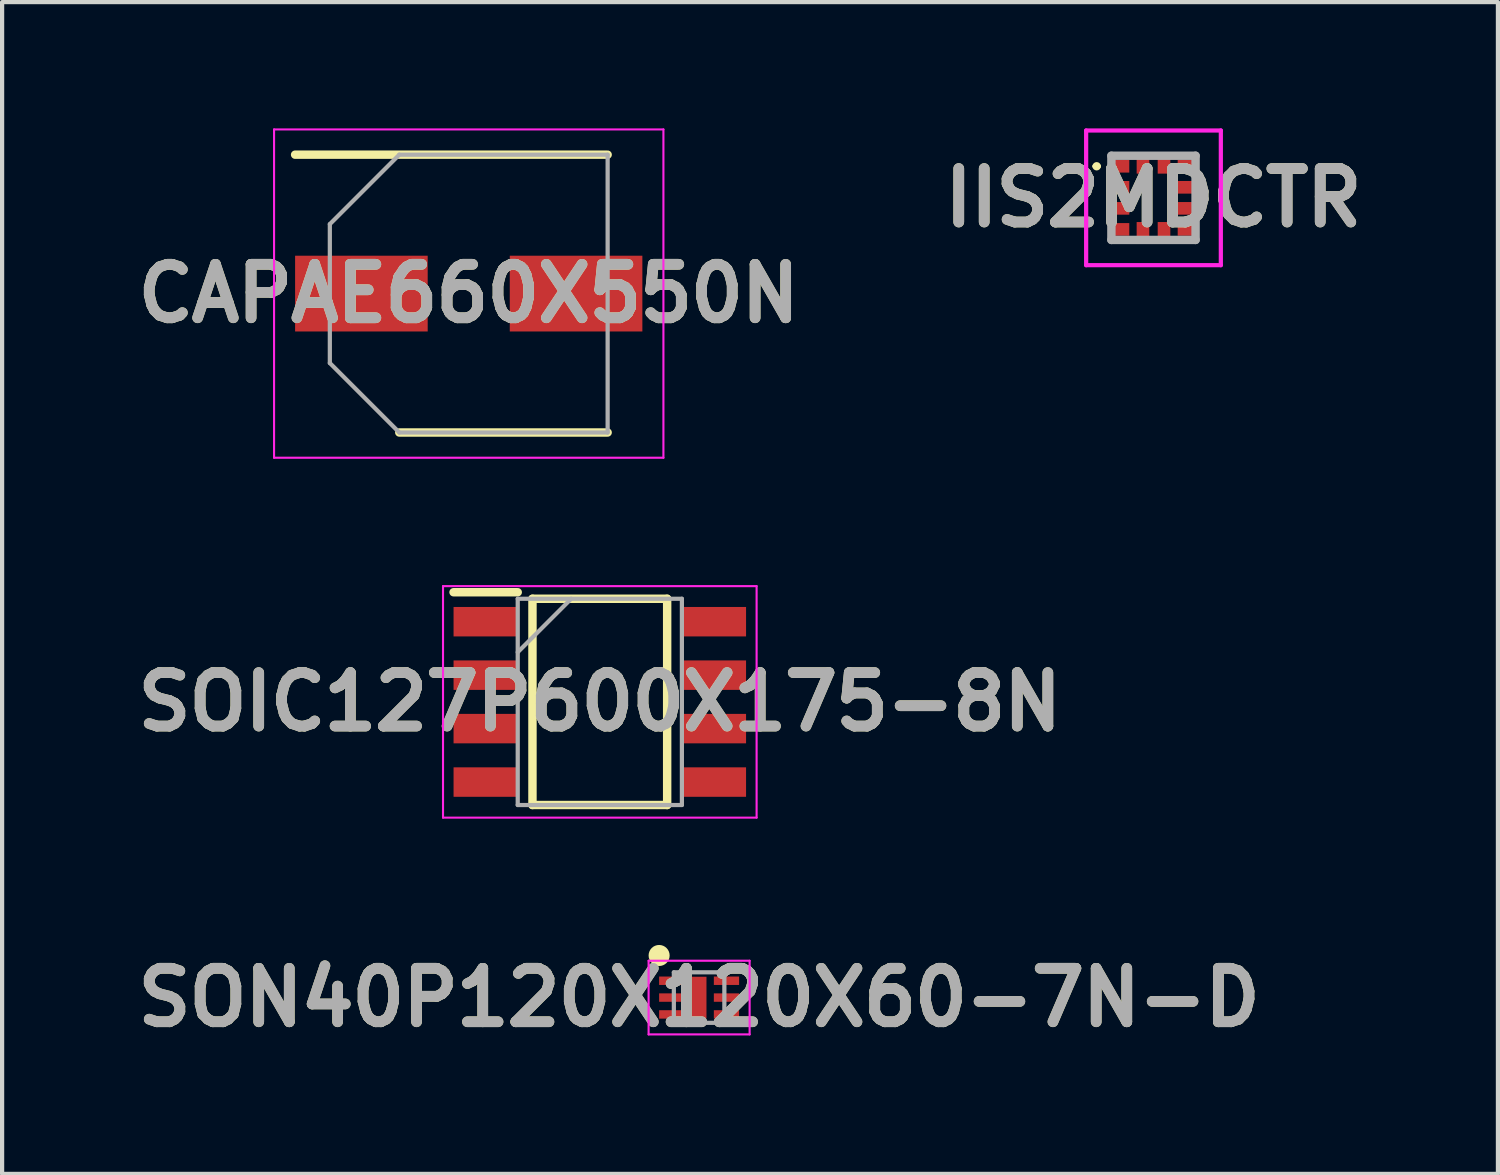
<source format=kicad_pcb>
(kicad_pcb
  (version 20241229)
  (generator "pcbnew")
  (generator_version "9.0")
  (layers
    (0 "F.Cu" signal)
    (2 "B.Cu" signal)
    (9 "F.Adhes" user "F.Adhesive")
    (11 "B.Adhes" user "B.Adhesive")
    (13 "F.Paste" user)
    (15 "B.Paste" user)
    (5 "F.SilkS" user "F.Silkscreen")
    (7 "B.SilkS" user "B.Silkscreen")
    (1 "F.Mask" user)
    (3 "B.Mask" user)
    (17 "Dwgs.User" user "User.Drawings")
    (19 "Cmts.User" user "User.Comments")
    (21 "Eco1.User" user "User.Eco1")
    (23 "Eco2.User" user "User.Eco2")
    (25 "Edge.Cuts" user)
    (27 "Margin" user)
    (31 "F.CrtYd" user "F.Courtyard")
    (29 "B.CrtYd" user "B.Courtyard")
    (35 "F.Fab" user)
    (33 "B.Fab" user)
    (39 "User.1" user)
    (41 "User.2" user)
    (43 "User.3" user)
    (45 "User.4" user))
  (footprint "SON40P120X120X60-7N-D"
    (layer "F.Cu")
    (at 13.559 20.65)
    (property "Reference" "SON40P120X120X60-7N-D" (at 0 0 0) (layer "F.SilkS") (effects (font (size 1.27 1.27) (thickness 0.254))))
    (attr smd)
    (fp_circle (center -0.95 -1) (end -0.95 -0.875) (stroke (width 0.25) (type solid)) (fill no) (layer "F.SilkS"))
    (fp_line (start -1.2 -0.875) (end 1.2 -0.875) (stroke (width 0.05) (type solid)) (layer "F.CrtYd"))
    (fp_line (start -1.2 0.875) (end -1.2 -0.875) (stroke (width 0.05) (type solid)) (layer "F.CrtYd"))
    (fp_line (start 1.2 -0.875) (end 1.2 0.875) (stroke (width 0.05) (type solid)) (layer "F.CrtYd"))
    (fp_line (start 1.2 0.875) (end -1.2 0.875) (stroke (width 0.05) (type solid)) (layer "F.CrtYd"))
    (fp_line (start -0.6 -0.6) (end 0.6 -0.6) (stroke (width 0.1) (type solid)) (layer "F.Fab"))
    (fp_line (start -0.6 -0.3) (end -0.3 -0.6) (stroke (width 0.1) (type solid)) (layer "F.Fab"))
    (fp_line (start -0.6 0.6) (end -0.6 -0.6) (stroke (width 0.1) (type solid)) (layer "F.Fab"))
    (fp_line (start 0.6 -0.6) (end 0.6 0.6) (stroke (width 0.1) (type solid)) (layer "F.Fab"))
    (fp_line (start 0.6 0.6) (end -0.6 0.6) (stroke (width 0.1) (type solid)) (layer "F.Fab"))
    (fp_text user "${REFERENCE}" (at 0 0 0) (layer "F.Fab") (effects (font (size 1.27 1.27) (thickness 0.254))))
    (pad "1" smd rect (at -0.65 -0.4 90) (size 0.2 0.6) (layers "F.Cu" "F.Mask" "F.Paste"))
    (pad "2" smd rect (at -0.65 0 90) (size 0.2 0.6) (layers "F.Cu" "F.Mask" "F.Paste"))
    (pad "3" smd rect (at -0.65 0.4 90) (size 0.2 0.6) (layers "F.Cu" "F.Mask" "F.Paste"))
    (pad "4" smd rect (at 0.65 0.4 90) (size 0.2 0.6) (layers "F.Cu" "F.Mask" "F.Paste"))
    (pad "5" smd rect (at 0.65 0 90) (size 0.2 0.6) (layers "F.Cu" "F.Mask" "F.Paste"))
    (pad "6" smd rect (at 0.65 -0.4 90) (size 0.2 0.6) (layers "F.Cu" "F.Mask" "F.Paste"))
    (pad "7" smd rect (at 0 0) (size 0.35 0.99) (layers "F.Cu" "F.Mask" "F.Paste")))
  (footprint "IIS2MDCTR"
    (layer "F.Cu")
    (at 24.354 1.65)
    (property "Reference" "IIS2MDCTR" (at 0 0 0) (layer "F.SilkS") (effects (font (size 1.27 1.27) (thickness 0.254))))
    (attr smd)
    (fp_line (start -1.4 -0.75) (end -1.4 -0.75) (stroke (width 0.1) (type solid)) (layer "F.SilkS"))
    (fp_line (start -1.3 -0.75) (end -1.3 -0.75) (stroke (width 0.1) (type solid)) (layer "F.SilkS"))
    (fp_arc (start -1.4 -0.75) (mid -1.35 -0.8) (end -1.3 -0.75) (stroke (width 0.1) (type solid)) (layer "F.SilkS"))
    (fp_arc (start -1.3 -0.75) (mid -1.35 -0.7) (end -1.4 -0.75) (stroke (width 0.1) (type solid)) (layer "F.SilkS"))
    (fp_line (start -1.6 -1.6) (end 1.6 -1.6) (stroke (width 0.1) (type solid)) (layer "F.CrtYd"))
    (fp_line (start -1.6 1.6) (end -1.6 -1.6) (stroke (width 0.1) (type solid)) (layer "F.CrtYd"))
    (fp_line (start 1.6 -1.6) (end 1.6 1.6) (stroke (width 0.1) (type solid)) (layer "F.CrtYd"))
    (fp_line (start 1.6 1.6) (end -1.6 1.6) (stroke (width 0.1) (type solid)) (layer "F.CrtYd"))
    (fp_line (start -1 -1) (end 1 -1) (stroke (width 0.2) (type solid)) (layer "F.Fab"))
    (fp_line (start -1 1) (end -1 -1) (stroke (width 0.2) (type solid)) (layer "F.Fab"))
    (fp_line (start 1 -1) (end 1 1) (stroke (width 0.2) (type solid)) (layer "F.Fab"))
    (fp_line (start 1 1) (end -1 1) (stroke (width 0.2) (type solid)) (layer "F.Fab"))
    (fp_text user "${REFERENCE}" (at 0 0 0) (layer "F.Fab") (effects (font (size 1.27 1.27) (thickness 0.254))))
    (pad "1" smd rect (at -0.75 -0.75 90) (size 0.3 0.35) (layers "F.Cu" "F.Mask" "F.Paste"))
    (pad "2" smd rect (at -0.75 -0.25 90) (size 0.3 0.35) (layers "F.Cu" "F.Mask" "F.Paste"))
    (pad "3" smd rect (at -0.75 0.25 90) (size 0.3 0.35) (layers "F.Cu" "F.Mask" "F.Paste"))
    (pad "4" smd rect (at -0.75 0.75 90) (size 0.3 0.35) (layers "F.Cu" "F.Mask" "F.Paste"))
    (pad "5" smd rect (at -0.25 0.75) (size 0.3 0.35) (layers "F.Cu" "F.Mask" "F.Paste"))
    (pad "6" smd rect (at 0.25 0.75) (size 0.3 0.35) (layers "F.Cu" "F.Mask" "F.Paste"))
    (pad "7" smd rect (at 0.75 0.75 90) (size 0.3 0.35) (layers "F.Cu" "F.Mask" "F.Paste"))
    (pad "8" smd rect (at 0.75 0.25 90) (size 0.3 0.35) (layers "F.Cu" "F.Mask" "F.Paste"))
    (pad "9" smd rect (at 0.75 -0.25 90) (size 0.3 0.35) (layers "F.Cu" "F.Mask" "F.Paste"))
    (pad "10" smd rect (at 0.75 -0.75 90) (size 0.3 0.35) (layers "F.Cu" "F.Mask" "F.Paste"))
    (pad "11" smd rect (at 0.25 -0.75) (size 0.3 0.35) (layers "F.Cu" "F.Mask" "F.Paste"))
    (pad "12" smd rect (at -0.25 -0.75) (size 0.3 0.35) (layers "F.Cu" "F.Mask" "F.Paste")))
  (footprint "SOIC127P600X175-8N"
    (layer "F.Cu")
    (at 11.2 13.625)
    (property "Reference" "SOIC127P600X175-8N" (at 0 0 0) (layer "F.SilkS") (effects (font (size 1.27 1.27) (thickness 0.254))))
    (attr smd)
    (fp_line (start -3.475 -2.605) (end -1.95 -2.605) (stroke (width 0.2) (type solid)) (layer "F.SilkS"))
    (fp_line (start -1.6 -2.45) (end 1.6 -2.45) (stroke (width 0.2) (type solid)) (layer "F.SilkS"))
    (fp_line (start -1.6 2.45) (end -1.6 -2.45) (stroke (width 0.2) (type solid)) (layer "F.SilkS"))
    (fp_line (start 1.6 -2.45) (end 1.6 2.45) (stroke (width 0.2) (type solid)) (layer "F.SilkS"))
    (fp_line (start 1.6 2.45) (end -1.6 2.45) (stroke (width 0.2) (type solid)) (layer "F.SilkS"))
    (fp_line (start -3.725 -2.75) (end 3.725 -2.75) (stroke (width 0.05) (type solid)) (layer "F.CrtYd"))
    (fp_line (start -3.725 2.75) (end -3.725 -2.75) (stroke (width 0.05) (type solid)) (layer "F.CrtYd"))
    (fp_line (start 3.725 -2.75) (end 3.725 2.75) (stroke (width 0.05) (type solid)) (layer "F.CrtYd"))
    (fp_line (start 3.725 2.75) (end -3.725 2.75) (stroke (width 0.05) (type solid)) (layer "F.CrtYd"))
    (fp_line (start -1.95 -2.45) (end 1.95 -2.45) (stroke (width 0.1) (type solid)) (layer "F.Fab"))
    (fp_line (start -1.95 -1.18) (end -0.68 -2.45) (stroke (width 0.1) (type solid)) (layer "F.Fab"))
    (fp_line (start -1.95 2.45) (end -1.95 -2.45) (stroke (width 0.1) (type solid)) (layer "F.Fab"))
    (fp_line (start 1.95 -2.45) (end 1.95 2.45) (stroke (width 0.1) (type solid)) (layer "F.Fab"))
    (fp_line (start 1.95 2.45) (end -1.95 2.45) (stroke (width 0.1) (type solid)) (layer "F.Fab"))
    (fp_text user "${REFERENCE}" (at 0 0 0) (layer "F.Fab") (effects (font (size 1.27 1.27) (thickness 0.254))))
    (pad "1" smd rect (at -2.712 -1.905 90) (size 0.7 1.525) (layers "F.Cu" "F.Mask" "F.Paste"))
    (pad "2" smd rect (at -2.712 -0.635 90) (size 0.7 1.525) (layers "F.Cu" "F.Mask" "F.Paste"))
    (pad "3" smd rect (at -2.712 0.635 90) (size 0.7 1.525) (layers "F.Cu" "F.Mask" "F.Paste"))
    (pad "4" smd rect (at -2.712 1.905 90) (size 0.7 1.525) (layers "F.Cu" "F.Mask" "F.Paste"))
    (pad "5" smd rect (at 2.712 1.905 90) (size 0.7 1.525) (layers "F.Cu" "F.Mask" "F.Paste"))
    (pad "6" smd rect (at 2.712 0.635 90) (size 0.7 1.525) (layers "F.Cu" "F.Mask" "F.Paste"))
    (pad "7" smd rect (at 2.712 -0.635 90) (size 0.7 1.525) (layers "F.Cu" "F.Mask" "F.Paste"))
    (pad "8" smd rect (at 2.712 -1.905 90) (size 0.7 1.525) (layers "F.Cu" "F.Mask" "F.Paste")))
  (footprint "CAPAE660X550N"
    (layer "F.Cu")
    (at 8.086 3.925)
    (property "Reference" "CAPAE660X550N" (at 0 0 0) (layer "F.SilkS") (effects (font (size 1.27 1.27) (thickness 0.254))))
    (attr smd)
    (fp_line (start -4.125 -3.3) (end 3.3 -3.3) (stroke (width 0.2) (type solid)) (layer "F.SilkS"))
    (fp_line (start -1.65 3.3) (end 3.3 3.3) (stroke (width 0.2) (type solid)) (layer "F.SilkS"))
    (fp_line (start -4.625 -3.9) (end 4.625 -3.9) (stroke (width 0.05) (type solid)) (layer "F.CrtYd"))
    (fp_line (start -4.625 3.9) (end -4.625 -3.9) (stroke (width 0.05) (type solid)) (layer "F.CrtYd"))
    (fp_line (start 4.625 -3.9) (end 4.625 3.9) (stroke (width 0.05) (type solid)) (layer "F.CrtYd"))
    (fp_line (start 4.625 3.9) (end -4.625 3.9) (stroke (width 0.05) (type solid)) (layer "F.CrtYd"))
    (fp_line (start -3.3 -1.65) (end -3.3 1.65) (stroke (width 0.1) (type solid)) (layer "F.Fab"))
    (fp_line (start -3.3 1.65) (end -1.65 3.3) (stroke (width 0.1) (type solid)) (layer "F.Fab"))
    (fp_line (start -1.65 -3.3) (end -3.3 -1.65) (stroke (width 0.1) (type solid)) (layer "F.Fab"))
    (fp_line (start -1.65 3.3) (end 3.3 3.3) (stroke (width 0.1) (type solid)) (layer "F.Fab"))
    (fp_line (start 3.3 -3.3) (end -1.65 -3.3) (stroke (width 0.1) (type solid)) (layer "F.Fab"))
    (fp_line (start 3.3 3.3) (end 3.3 -3.3) (stroke (width 0.1) (type solid)) (layer "F.Fab"))
    (fp_text user "${REFERENCE}" (at 0 0 0) (layer "F.Fab") (effects (font (size 1.27 1.27) (thickness 0.254))))
    (pad "1" smd rect (at -2.55 0 90) (size 1.8 3.15) (layers "F.Cu" "F.Mask" "F.Paste"))
    (pad "2" smd rect (at 2.55 0 90) (size 1.8 3.15) (layers "F.Cu" "F.Mask" "F.Paste")))
  (gr_rect
    (start -3 -3)
    (end 32.537 24.839)
    (stroke (width 0.1) (type default))
    (fill no)
    (layer "Edge.Cuts")))
</source>
